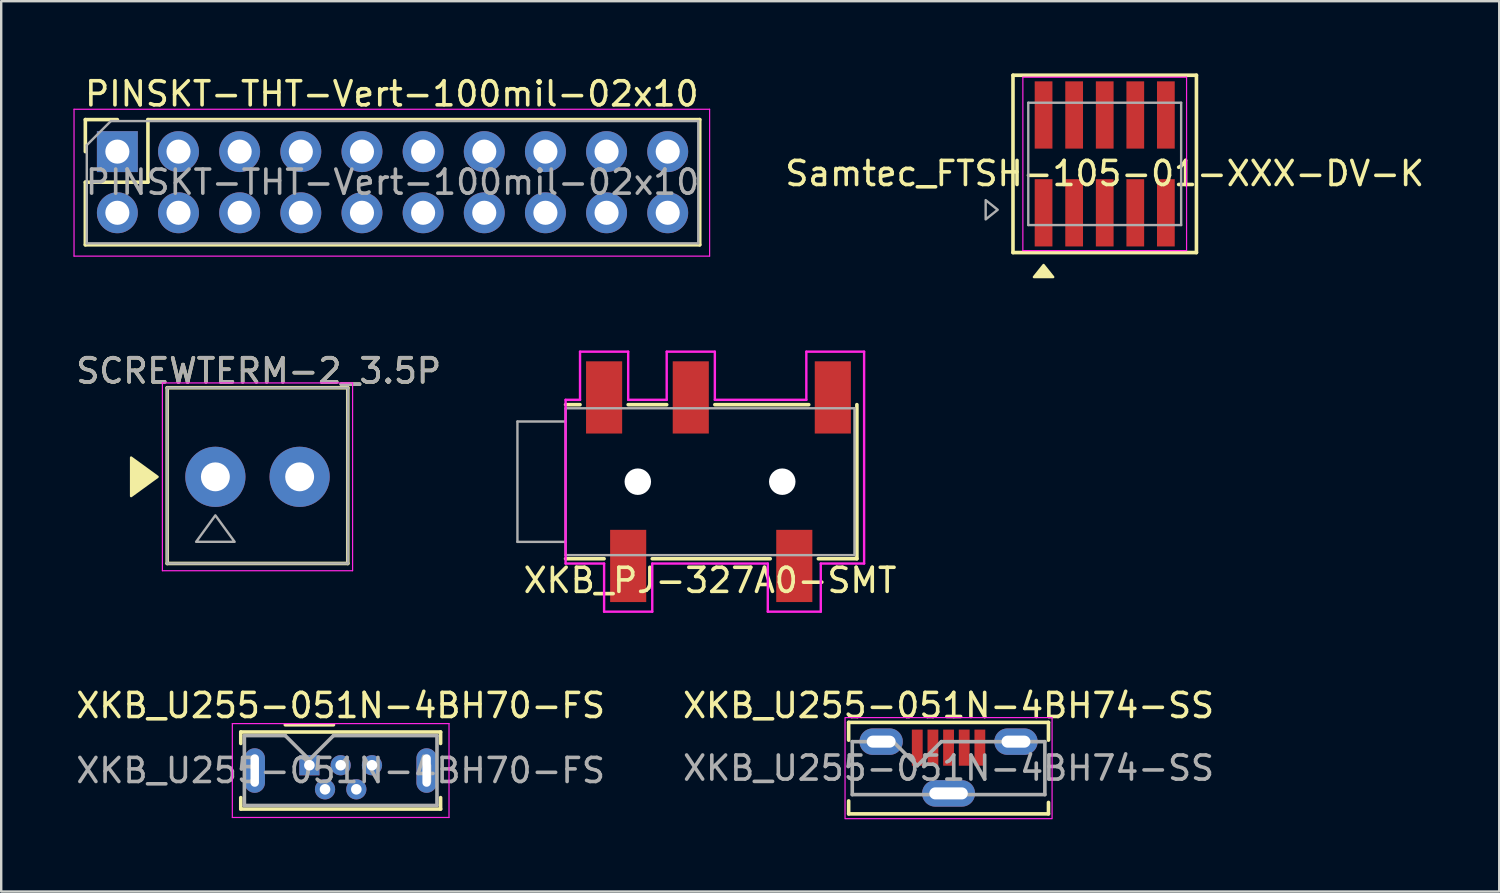
<source format=kicad_pcb>
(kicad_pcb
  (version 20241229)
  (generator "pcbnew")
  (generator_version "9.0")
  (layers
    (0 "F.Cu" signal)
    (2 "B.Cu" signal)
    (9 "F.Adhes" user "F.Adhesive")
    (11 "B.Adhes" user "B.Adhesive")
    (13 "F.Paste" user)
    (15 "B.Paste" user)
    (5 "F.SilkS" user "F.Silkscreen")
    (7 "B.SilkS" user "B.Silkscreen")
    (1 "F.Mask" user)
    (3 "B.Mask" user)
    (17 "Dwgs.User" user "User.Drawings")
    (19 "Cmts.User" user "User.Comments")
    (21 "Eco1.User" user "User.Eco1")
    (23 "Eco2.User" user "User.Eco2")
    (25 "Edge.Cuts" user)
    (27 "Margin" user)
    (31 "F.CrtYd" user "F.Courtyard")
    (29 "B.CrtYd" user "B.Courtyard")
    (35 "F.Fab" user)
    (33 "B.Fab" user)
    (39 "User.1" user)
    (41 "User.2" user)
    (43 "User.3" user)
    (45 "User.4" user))
  (footprint "XKB_U255-051N-4BH70-FS"
    (layer "F.Cu")
    (at 9.801 28.736)
    (property "Reference" "XKB_U255-051N-4BH70-FS" (at 1.3 -2.48 0) (layer "F.SilkS") (effects (font (size 1 1) (thickness 0.15))))
    (attr through_hole)
    (fp_line (start -2.85 -1.38) (end 5.45 -1.38) (stroke (width 0.15) (type solid)) (layer "F.SilkS"))
    (fp_line (start -2.85 -0.905) (end -2.85 -1.38) (stroke (width 0.15) (type solid)) (layer "F.SilkS"))
    (fp_line (start -2.85 1.345) (end -2.85 1.82) (stroke (width 0.15) (type solid)) (layer "F.SilkS"))
    (fp_line (start -2.85 1.82) (end 5.45 1.82) (stroke (width 0.15) (type solid)) (layer "F.SilkS"))
    (fp_line (start -1 -1.68) (end 1 -1.68) (stroke (width 0.15) (type solid)) (layer "F.SilkS"))
    (fp_line (start 5.45 -1.38) (end 5.45 -0.905) (stroke (width 0.15) (type solid)) (layer "F.SilkS"))
    (fp_line (start 5.45 1.82) (end 5.45 1.345) (stroke (width 0.15) (type solid)) (layer "F.SilkS"))
    (fp_line (start -3.2 -1.73) (end -3.2 2.17) (stroke (width 0.05) (type solid)) (layer "F.CrtYd"))
    (fp_line (start -3.2 2.17) (end 5.8 2.17) (stroke (width 0.05) (type solid)) (layer "F.CrtYd"))
    (fp_line (start 5.8 -1.73) (end -3.2 -1.73) (stroke (width 0.05) (type solid)) (layer "F.CrtYd"))
    (fp_line (start 5.8 2.17) (end 5.8 -1.73) (stroke (width 0.05) (type solid)) (layer "F.CrtYd"))
    (fp_line (start -2.7 -1.23) (end -1 -1.23) (stroke (width 0.15) (type solid)) (layer "F.Fab"))
    (fp_line (start -2.7 1.67) (end -2.7 -1.23) (stroke (width 0.15) (type solid)) (layer "F.Fab"))
    (fp_line (start -1 -1.23) (end 0 -0.23) (stroke (width 0.15) (type solid)) (layer "F.Fab"))
    (fp_line (start 0 -0.23) (end 1 -1.23) (stroke (width 0.15) (type solid)) (layer "F.Fab"))
    (fp_line (start 1 -1.23) (end 5.3 -1.23) (stroke (width 0.15) (type solid)) (layer "F.Fab"))
    (fp_line (start 5.3 -1.23) (end 5.3 1.67) (stroke (width 0.15) (type solid)) (layer "F.Fab"))
    (fp_line (start 5.3 1.67) (end -2.7 1.67) (stroke (width 0.15) (type solid)) (layer "F.Fab"))
    (fp_text user "${REFERENCE}" (at 1.3 0.22 0) (layer "F.Fab") (effects (font (size 1 1) (thickness 0.15))))
    (pad "1" thru_hole rect (at 0 0) (size 0.84 0.84) (drill 0.44) (layers "*.Cu" "*.Mask"))
    (pad "2" thru_hole circle (at 0.65 1) (size 0.84 0.84) (drill 0.44) (layers "*.Cu" "*.Mask"))
    (pad "3" thru_hole circle (at 1.3 0) (size 0.84 0.84) (drill 0.44) (layers "*.Cu" "*.Mask"))
    (pad "4" thru_hole circle (at 1.95 1) (size 0.84 0.84) (drill 0.44) (layers "*.Cu" "*.Mask"))
    (pad "5" thru_hole circle (at 2.6 0) (size 0.84 0.84) (drill 0.44) (layers "*.Cu" "*.Mask"))
    (pad "6" thru_hole oval (at -2.27 0.22) (size 0.85 1.85) (drill oval 0.35 1.35) (layers "*.Cu" "*.Mask"))
    (pad "6" thru_hole oval (at 4.87 0.22) (size 0.85 1.85) (drill oval 0.35 1.35) (layers "*.Cu" "*.Mask")))
  (footprint "Samtec_FTSH-105-01-XXX-DV-K"
    (layer "F.Cu")
    (at 42.837 3.758)
    (property "Reference" "Samtec_FTSH-105-01-XXX-DV-K" (at 0 0.4 0) (layer "F.SilkS") (effects (font (size 1 1) (thickness 0.15))))
    (attr smd)
    (fp_line (start -3.81 -3.683) (end 3.81 -3.683) (stroke (width 0.15) (type solid)) (layer "F.SilkS"))
    (fp_line (start -3.81 3.683) (end -3.81 -3.683) (stroke (width 0.15) (type solid)) (layer "F.SilkS"))
    (fp_line (start 3.81 -3.683) (end 3.81 3.683) (stroke (width 0.15) (type solid)) (layer "F.SilkS"))
    (fp_line (start 3.81 3.683) (end -3.81 3.683) (stroke (width 0.15) (type solid)) (layer "F.SilkS"))
    (fp_poly (pts (xy -2.54 4.2) (xy -2.94 4.7) (xy -2.14 4.7)) (stroke (width 0.1) (type solid)) (fill yes) (layer "F.SilkS"))
    (fp_line (start -3.4 -3.6) (end -3.4 3.6) (stroke (width 0.05) (type solid)) (layer "F.CrtYd"))
    (fp_line (start -3.4 3.6) (end 3.4 3.6) (stroke (width 0.05) (type solid)) (layer "F.CrtYd"))
    (fp_line (start 3.4 -3.6) (end -3.4 -3.6) (stroke (width 0.05) (type solid)) (layer "F.CrtYd"))
    (fp_line (start 3.4 3.6) (end 3.4 -3.6) (stroke (width 0.05) (type solid)) (layer "F.CrtYd"))
    (fp_line (start -3.175 -2.54) (end 3.175 -2.54) (stroke (width 0.1) (type solid)) (layer "F.Fab"))
    (fp_line (start -3.175 2.54) (end -3.175 -2.54) (stroke (width 0.1) (type solid)) (layer "F.Fab"))
    (fp_line (start 3.175 -2.54) (end 3.175 2.54) (stroke (width 0.1) (type solid)) (layer "F.Fab"))
    (fp_line (start 3.175 2.54) (end -3.175 2.54) (stroke (width 0.1) (type solid)) (layer "F.Fab"))
    (fp_poly (pts (xy -4.445 1.905) (xy -4.945 1.505) (xy -4.945 2.305)) (stroke (width 0.1) (type solid)) (fill no) (layer "F.Fab"))
    (pad "1" smd rect (at -2.54 2.032 90) (size 2.794 0.737) (layers "F.Cu" "F.Mask" "F.Paste"))
    (pad "2" smd rect (at -2.54 -2.032 90) (size 2.794 0.737) (layers "F.Cu" "F.Mask" "F.Paste"))
    (pad "3" smd rect (at -1.27 2.032 90) (size 2.794 0.737) (layers "F.Cu" "F.Mask" "F.Paste"))
    (pad "4" smd rect (at -1.27 -2.032 90) (size 2.794 0.737) (layers "F.Cu" "F.Mask" "F.Paste"))
    (pad "5" smd rect (at 0 2.032 90) (size 2.794 0.737) (layers "F.Cu" "F.Mask" "F.Paste"))
    (pad "6" smd rect (at 0 -2.032 90) (size 2.794 0.737) (layers "F.Cu" "F.Mask" "F.Paste"))
    (pad "7" smd rect (at 1.27 2.032 90) (size 2.794 0.737) (layers "F.Cu" "F.Mask" "F.Paste"))
    (pad "8" smd rect (at 1.27 -2.032 90) (size 2.794 0.737) (layers "F.Cu" "F.Mask" "F.Paste"))
    (pad "9" smd rect (at 2.54 2.032 90) (size 2.794 0.737) (layers "F.Cu" "F.Mask" "F.Paste"))
    (pad "10" smd rect (at 2.54 -2.032 90) (size 2.794 0.737) (layers "F.Cu" "F.Mask" "F.Paste")))
  (footprint "XKB_PJ-327A0-SMT"
    (layer "F.Cu")
    (at 26.443 16.958)
    (property "Reference" "XKB_PJ-327A0-SMT" (at 0 4.1 0) (layer "F.SilkS") (effects (font (size 1 1) (thickness 0.15))))
    (attr smd)
    (fp_line (start -6 -3.2) (end -5.4 -3.2) (stroke (width 0.15) (type solid)) (layer "F.SilkS"))
    (fp_line (start -4.4 3.2) (end -6 3.2) (stroke (width 0.15) (type solid)) (layer "F.SilkS"))
    (fp_line (start -3.4 -3.2) (end -1.8 -3.2) (stroke (width 0.15) (type solid)) (layer "F.SilkS"))
    (fp_line (start 0.2 -3.2) (end 4.1 -3.2) (stroke (width 0.15) (type solid)) (layer "F.SilkS"))
    (fp_line (start 2.5 3.2) (end -2.4 3.2) (stroke (width 0.15) (type solid)) (layer "F.SilkS"))
    (fp_line (start 6.1 -3.2) (end 6.1 3.2) (stroke (width 0.15) (type solid)) (layer "F.SilkS"))
    (fp_line (start 6.1 3.2) (end 4.5 3.2) (stroke (width 0.15) (type solid)) (layer "F.SilkS"))
    (fp_line (start -6 -3.4) (end -5.4 -3.4) (stroke (width 0.1) (type solid)) (layer "F.CrtYd"))
    (fp_line (start -6 3.4) (end -6 -3.4) (stroke (width 0.1) (type solid)) (layer "F.CrtYd"))
    (fp_line (start -5.4 -5.4) (end -3.4 -5.4) (stroke (width 0.1) (type solid)) (layer "F.CrtYd"))
    (fp_line (start -5.4 -3.4) (end -5.4 -5.4) (stroke (width 0.1) (type solid)) (layer "F.CrtYd"))
    (fp_line (start -4.4 3.4) (end -6 3.4) (stroke (width 0.1) (type solid)) (layer "F.CrtYd"))
    (fp_line (start -4.4 5.4) (end -4.4 3.4) (stroke (width 0.1) (type solid)) (layer "F.CrtYd"))
    (fp_line (start -3.4 -5.4) (end -3.4 -3.4) (stroke (width 0.1) (type solid)) (layer "F.CrtYd"))
    (fp_line (start -3.4 -3.4) (end -1.8 -3.4) (stroke (width 0.1) (type solid)) (layer "F.CrtYd"))
    (fp_line (start -2.4 3.4) (end -2.4 5.4) (stroke (width 0.1) (type solid)) (layer "F.CrtYd"))
    (fp_line (start -2.4 5.4) (end -4.4 5.4) (stroke (width 0.1) (type solid)) (layer "F.CrtYd"))
    (fp_line (start -1.8 -5.4) (end 0.2 -5.4) (stroke (width 0.1) (type solid)) (layer "F.CrtYd"))
    (fp_line (start -1.8 -3.4) (end -1.8 -5.4) (stroke (width 0.1) (type solid)) (layer "F.CrtYd"))
    (fp_line (start 0.2 -5.4) (end 0.2 -3.4) (stroke (width 0.1) (type solid)) (layer "F.CrtYd"))
    (fp_line (start 0.2 -3.4) (end 4 -3.4) (stroke (width 0.1) (type solid)) (layer "F.CrtYd"))
    (fp_line (start 2.4 3.4) (end -2.4 3.4) (stroke (width 0.1) (type solid)) (layer "F.CrtYd"))
    (fp_line (start 2.4 5.4) (end 2.4 3.4) (stroke (width 0.1) (type solid)) (layer "F.CrtYd"))
    (fp_line (start 4 -5.4) (end 6.4 -5.4) (stroke (width 0.1) (type solid)) (layer "F.CrtYd"))
    (fp_line (start 4 -3.4) (end 4 -5.4) (stroke (width 0.1) (type solid)) (layer "F.CrtYd"))
    (fp_line (start 4.6 3.4) (end 4.6 5.4) (stroke (width 0.1) (type solid)) (layer "F.CrtYd"))
    (fp_line (start 4.6 5.4) (end 2.4 5.4) (stroke (width 0.1) (type solid)) (layer "F.CrtYd"))
    (fp_line (start 6.4 -5.4) (end 6.4 3.4) (stroke (width 0.1) (type solid)) (layer "F.CrtYd"))
    (fp_line (start 6.4 3.4) (end 4.6 3.4) (stroke (width 0.1) (type solid)) (layer "F.CrtYd"))
    (fp_line (start -8 -2.5) (end -8 2.5) (stroke (width 0.1) (type solid)) (layer "F.Fab"))
    (fp_line (start -8 2.5) (end -6 2.5) (stroke (width 0.1) (type solid)) (layer "F.Fab"))
    (fp_line (start -6 -3.05) (end -6 3.05) (stroke (width 0.1) (type solid)) (layer "F.Fab"))
    (fp_line (start -6 -2.5) (end -8 -2.5) (stroke (width 0.1) (type solid)) (layer "F.Fab"))
    (fp_line (start -6 3.05) (end 6 3.05) (stroke (width 0.1) (type solid)) (layer "F.Fab"))
    (fp_line (start 6 -3.05) (end -6 -3.05) (stroke (width 0.1) (type solid)) (layer "F.Fab"))
    (fp_line (start 6 3.05) (end 6 -3.05) (stroke (width 0.1) (type solid)) (layer "F.Fab"))
    (pad "" np_thru_hole circle (at -3 0) (size 1.1 1.1) (drill 1.1) (layers "*.Cu" "*.Mask"))
    (pad "" np_thru_hole circle (at 3 0) (size 1.1 1.1) (drill 1.1) (layers "*.Cu" "*.Mask"))
    (pad "R" smd rect (at -0.8 -3.5) (size 1.5 3) (layers "F.Cu" "F.Mask" "F.Paste"))
    (pad "S" smd rect (at -3.4 3.5) (size 1.5 3) (layers "F.Cu" "F.Mask" "F.Paste"))
    (pad "SNO" smd rect (at -4.4 -3.5) (size 1.5 3) (layers "F.Cu" "F.Mask" "F.Paste"))
    (pad "T" smd rect (at 3.5 3.5) (size 1.5 3) (layers "F.Cu" "F.Mask" "F.Paste"))
    (pad "TNC" smd rect (at 5.1 -3.5) (size 1.5 3) (layers "F.Cu" "F.Mask" "F.Paste")))
  (footprint "PINSKT-THT-Vert-100mil-02x10"
    (layer "F.Cu")
    (at 1.825 3.248)
    (property "Reference" "PINSKT-THT-Vert-100mil-02x10" (at 11.4 -2.4 180) (layer "F.SilkS") (effects (font (size 1 1) (thickness 0.15))))
    (attr through_hole)
    (fp_line (start -1.33 -1.33) (end 0 -1.33) (stroke (width 0.15) (type solid)) (layer "F.SilkS"))
    (fp_line (start -1.33 0) (end -1.33 -1.33) (stroke (width 0.15) (type solid)) (layer "F.SilkS"))
    (fp_line (start -1.33 1.27) (end 1.27 1.27) (stroke (width 0.15) (type solid)) (layer "F.SilkS"))
    (fp_line (start -1.33 3.87) (end -1.33 1.27) (stroke (width 0.15) (type solid)) (layer "F.SilkS"))
    (fp_line (start -1.33 3.87) (end 24.19 3.87) (stroke (width 0.15) (type solid)) (layer "F.SilkS"))
    (fp_line (start 1.27 -1.33) (end 24.19 -1.33) (stroke (width 0.15) (type solid)) (layer "F.SilkS"))
    (fp_line (start 1.27 1.27) (end 1.27 -1.33) (stroke (width 0.15) (type solid)) (layer "F.SilkS"))
    (fp_line (start 24.19 3.87) (end 24.19 -1.33) (stroke (width 0.15) (type solid)) (layer "F.SilkS"))
    (fp_line (start -1.8 -1.76) (end 24.6 -1.76) (stroke (width 0.05) (type solid)) (layer "F.CrtYd"))
    (fp_line (start -1.8 4.34) (end -1.8 -1.76) (stroke (width 0.05) (type solid)) (layer "F.CrtYd"))
    (fp_line (start 24.6 -1.76) (end 24.6 4.34) (stroke (width 0.05) (type solid)) (layer "F.CrtYd"))
    (fp_line (start 24.6 4.34) (end -1.8 4.34) (stroke (width 0.05) (type solid)) (layer "F.CrtYd"))
    (fp_line (start -1.27 -0.27) (end -0.27 -1.27) (stroke (width 0.1) (type solid)) (layer "F.Fab"))
    (fp_line (start -1.27 3.81) (end -1.27 -0.27) (stroke (width 0.1) (type solid)) (layer "F.Fab"))
    (fp_line (start -0.27 -1.27) (end 24.13 -1.27) (stroke (width 0.1) (type solid)) (layer "F.Fab"))
    (fp_line (start 24.13 -1.27) (end 24.13 3.81) (stroke (width 0.1) (type solid)) (layer "F.Fab"))
    (fp_line (start 24.13 3.81) (end -1.27 3.81) (stroke (width 0.1) (type solid)) (layer "F.Fab"))
    (fp_text user "${REFERENCE}" (at 11.43 1.27 180) (layer "F.Fab") (effects (font (size 1 1) (thickness 0.15))))
    (pad "1" thru_hole rect (at 0 0 90) (size 1.7 1.7) (drill 1) (layers "*.Cu" "*.Mask"))
    (pad "2" thru_hole oval (at 0 2.54 90) (size 1.7 1.7) (drill 1) (layers "*.Cu" "*.Mask"))
    (pad "3" thru_hole oval (at 2.54 0 90) (size 1.7 1.7) (drill 1) (layers "*.Cu" "*.Mask"))
    (pad "4" thru_hole oval (at 2.54 2.54 90) (size 1.7 1.7) (drill 1) (layers "*.Cu" "*.Mask"))
    (pad "5" thru_hole oval (at 5.08 0 90) (size 1.7 1.7) (drill 1) (layers "*.Cu" "*.Mask"))
    (pad "6" thru_hole oval (at 5.08 2.54 90) (size 1.7 1.7) (drill 1) (layers "*.Cu" "*.Mask"))
    (pad "7" thru_hole oval (at 7.62 0 90) (size 1.7 1.7) (drill 1) (layers "*.Cu" "*.Mask"))
    (pad "8" thru_hole oval (at 7.62 2.54 90) (size 1.7 1.7) (drill 1) (layers "*.Cu" "*.Mask"))
    (pad "9" thru_hole oval (at 10.16 0 90) (size 1.7 1.7) (drill 1) (layers "*.Cu" "*.Mask"))
    (pad "10" thru_hole oval (at 10.16 2.54 90) (size 1.7 1.7) (drill 1) (layers "*.Cu" "*.Mask"))
    (pad "11" thru_hole oval (at 12.7 0 90) (size 1.7 1.7) (drill 1) (layers "*.Cu" "*.Mask"))
    (pad "12" thru_hole oval (at 12.7 2.54 90) (size 1.7 1.7) (drill 1) (layers "*.Cu" "*.Mask"))
    (pad "13" thru_hole oval (at 15.24 0 90) (size 1.7 1.7) (drill 1) (layers "*.Cu" "*.Mask"))
    (pad "14" thru_hole oval (at 15.24 2.54 90) (size 1.7 1.7) (drill 1) (layers "*.Cu" "*.Mask"))
    (pad "15" thru_hole oval (at 17.78 0 90) (size 1.7 1.7) (drill 1) (layers "*.Cu" "*.Mask"))
    (pad "16" thru_hole oval (at 17.78 2.54 90) (size 1.7 1.7) (drill 1) (layers "*.Cu" "*.Mask"))
    (pad "17" thru_hole oval (at 20.32 0 90) (size 1.7 1.7) (drill 1) (layers "*.Cu" "*.Mask"))
    (pad "18" thru_hole oval (at 20.32 2.54 90) (size 1.7 1.7) (drill 1) (layers "*.Cu" "*.Mask"))
    (pad "19" thru_hole oval (at 22.86 0 90) (size 1.7 1.7) (drill 1) (layers "*.Cu" "*.Mask"))
    (pad "20" thru_hole oval (at 22.86 2.54 90) (size 1.7 1.7) (drill 1) (layers "*.Cu" "*.Mask")))
  (footprint "XKB_U255-051N-4BH74-SS"
    (layer "F.Cu")
    (at 36.351 27.756)
    (property "Reference" "XKB_U255-051N-4BH74-SS" (at 0 -1.5 0) (layer "F.SilkS") (effects (font (size 1 1) (thickness 0.15))))
    (attr smd)
    (fp_line (start -4.15 -0.8) (end 4.15 -0.8) (stroke (width 0.15) (type solid)) (layer "F.SilkS"))
    (fp_line (start -4.15 -0.062) (end -4.15 -0.8) (stroke (width 0.15) (type solid)) (layer "F.SilkS"))
    (fp_line (start -4.15 2.462) (end -4.15 3) (stroke (width 0.15) (type solid)) (layer "F.SilkS"))
    (fp_line (start -4.15 3) (end 4.15 3) (stroke (width 0.15) (type solid)) (layer "F.SilkS"))
    (fp_line (start 4.15 -0.8) (end 4.15 -0.062) (stroke (width 0.15) (type solid)) (layer "F.SilkS"))
    (fp_line (start 4.15 3) (end 4.15 2.525) (stroke (width 0.15) (type solid)) (layer "F.SilkS"))
    (fp_rect (start -4.3 -1) (end 4.3 3.2) (stroke (width 0.05) (type default)) (fill no) (layer "F.CrtYd"))
    (fp_line (start -4 0) (end -2.3 0) (stroke (width 0.15) (type solid)) (layer "F.Fab"))
    (fp_line (start -4 2.2) (end -4 0) (stroke (width 0.15) (type solid)) (layer "F.Fab"))
    (fp_line (start -2.3 0) (end -1.3 1) (stroke (width 0.15) (type solid)) (layer "F.Fab"))
    (fp_line (start -1.3 1) (end -0.3 0) (stroke (width 0.15) (type solid)) (layer "F.Fab"))
    (fp_line (start -0.3 0) (end 4 0) (stroke (width 0.15) (type solid)) (layer "F.Fab"))
    (fp_line (start 4 0) (end 4 2.2) (stroke (width 0.15) (type solid)) (layer "F.Fab"))
    (fp_line (start 4 2.2) (end -4 2.2) (stroke (width 0.15) (type solid)) (layer "F.Fab"))
    (fp_text user "${REFERENCE}" (at 0 1.1 0) (layer "F.Fab") (effects (font (size 1 1) (thickness 0.15))))
    (pad "1" smd rect (at -1.3 0.25) (size 0.45 1.5) (layers "F.Cu" "F.Mask" "F.Paste"))
    (pad "2" smd rect (at -0.65 0.25) (size 0.45 1.5) (layers "F.Cu" "F.Mask" "F.Paste"))
    (pad "3" smd rect (at 0 0.25) (size 0.45 1.5) (layers "F.Cu" "F.Mask" "F.Paste"))
    (pad "4" smd rect (at 0.65 0.25) (size 0.45 1.5) (layers "F.Cu" "F.Mask" "F.Paste"))
    (pad "5" smd rect (at 1.3 0.25) (size 0.45 1.5) (layers "F.Cu" "F.Mask" "F.Paste"))
    (pad "6" thru_hole oval (at -2.8 0) (size 1.8 1.1) (drill oval 1.2 0.5) (layers "*.Cu" "*.Mask"))
    (pad "6" thru_hole oval (at 0 2.15) (size 2.2 1.1) (drill oval 1.6 0.5) (layers "*.Cu" "*.Mask"))
    (pad "6" thru_hole oval (at 2.8 0) (size 1.8 1.1) (drill oval 1.2 0.5) (layers "*.Cu" "*.Mask")))
  (footprint "SCREWTERM-2_3.5P"
    (layer "F.Cu")
    (at 5.896 16.756)
    (property "Reference" "SCREWTERM-2_3.5P" (at 1.8 -4.4 0) (layer "F.SilkS") (effects (font (size 1 1) (thickness 0.15))))
    (attr through_hole)
    (fp_line (start -2 -3.7) (end 5.5 -3.7) (stroke (width 0.15) (type solid)) (layer "F.SilkS"))
    (fp_line (start -2 3.6) (end -2 -3.7) (stroke (width 0.15) (type solid)) (layer "F.SilkS"))
    (fp_line (start -2 3.6) (end 5.5 3.6) (stroke (width 0.15) (type solid)) (layer "F.SilkS"))
    (fp_line (start 5.5 -3.7) (end 5.5 3.6) (stroke (width 0.15) (type solid)) (layer "F.SilkS"))
    (fp_poly (pts (xy -3.5 0.8) (xy -3.5 -0.8) (xy -2.4 0)) (stroke (width 0.1) (type solid)) (fill yes) (layer "F.SilkS"))
    (fp_line (start -2.2 -3.9) (end 5.7 -3.9) (stroke (width 0.05) (type solid)) (layer "F.CrtYd"))
    (fp_line (start -2.2 3.9) (end -2.2 -3.9) (stroke (width 0.05) (type solid)) (layer "F.CrtYd"))
    (fp_line (start 5.7 -3.9) (end 5.7 3.9) (stroke (width 0.05) (type solid)) (layer "F.CrtYd"))
    (fp_line (start 5.7 3.9) (end -2.2 3.9) (stroke (width 0.05) (type solid)) (layer "F.CrtYd"))
    (fp_line (start -2 -3.7) (end 5.5 -3.7) (stroke (width 0.1) (type solid)) (layer "F.Fab"))
    (fp_line (start -2 3.6) (end -2 -3.7) (stroke (width 0.1) (type solid)) (layer "F.Fab"))
    (fp_line (start 5.5 -3.7) (end 5.5 3.6) (stroke (width 0.1) (type solid)) (layer "F.Fab"))
    (fp_line (start 5.5 3.6) (end -2 3.6) (stroke (width 0.1) (type solid)) (layer "F.Fab"))
    (fp_circle (center 0 0) (end 0.5 0) (stroke (width 0.1) (type solid)) (fill no) (layer "F.Fab"))
    (fp_circle (center 3.5 0) (end 4 0) (stroke (width 0.1) (type solid)) (fill no) (layer "F.Fab"))
    (fp_poly (pts (xy 0.8 2.7) (xy -0.8 2.7) (xy 0 1.6)) (stroke (width 0.1) (type solid)) (fill no) (layer "F.Fab"))
    (fp_text user "${REFERENCE}" (at 1.8 -4.4 0) (layer "F.Fab") (effects (font (size 1 1) (thickness 0.15))))
    (pad "1" thru_hole circle (at 0 0) (size 2.5 2.5) (drill 1.2) (layers "*.Cu" "*.Mask"))
    (pad "2" thru_hole circle (at 3.5 0) (size 2.5 2.5) (drill 1.2) (layers "*.Cu" "*.Mask")))
  (gr_rect
    (start -3 -3)
    (end 59.224 33.981)
    (stroke (width 0.1) (type default))
    (fill no)
    (layer "Edge.Cuts")))
</source>
